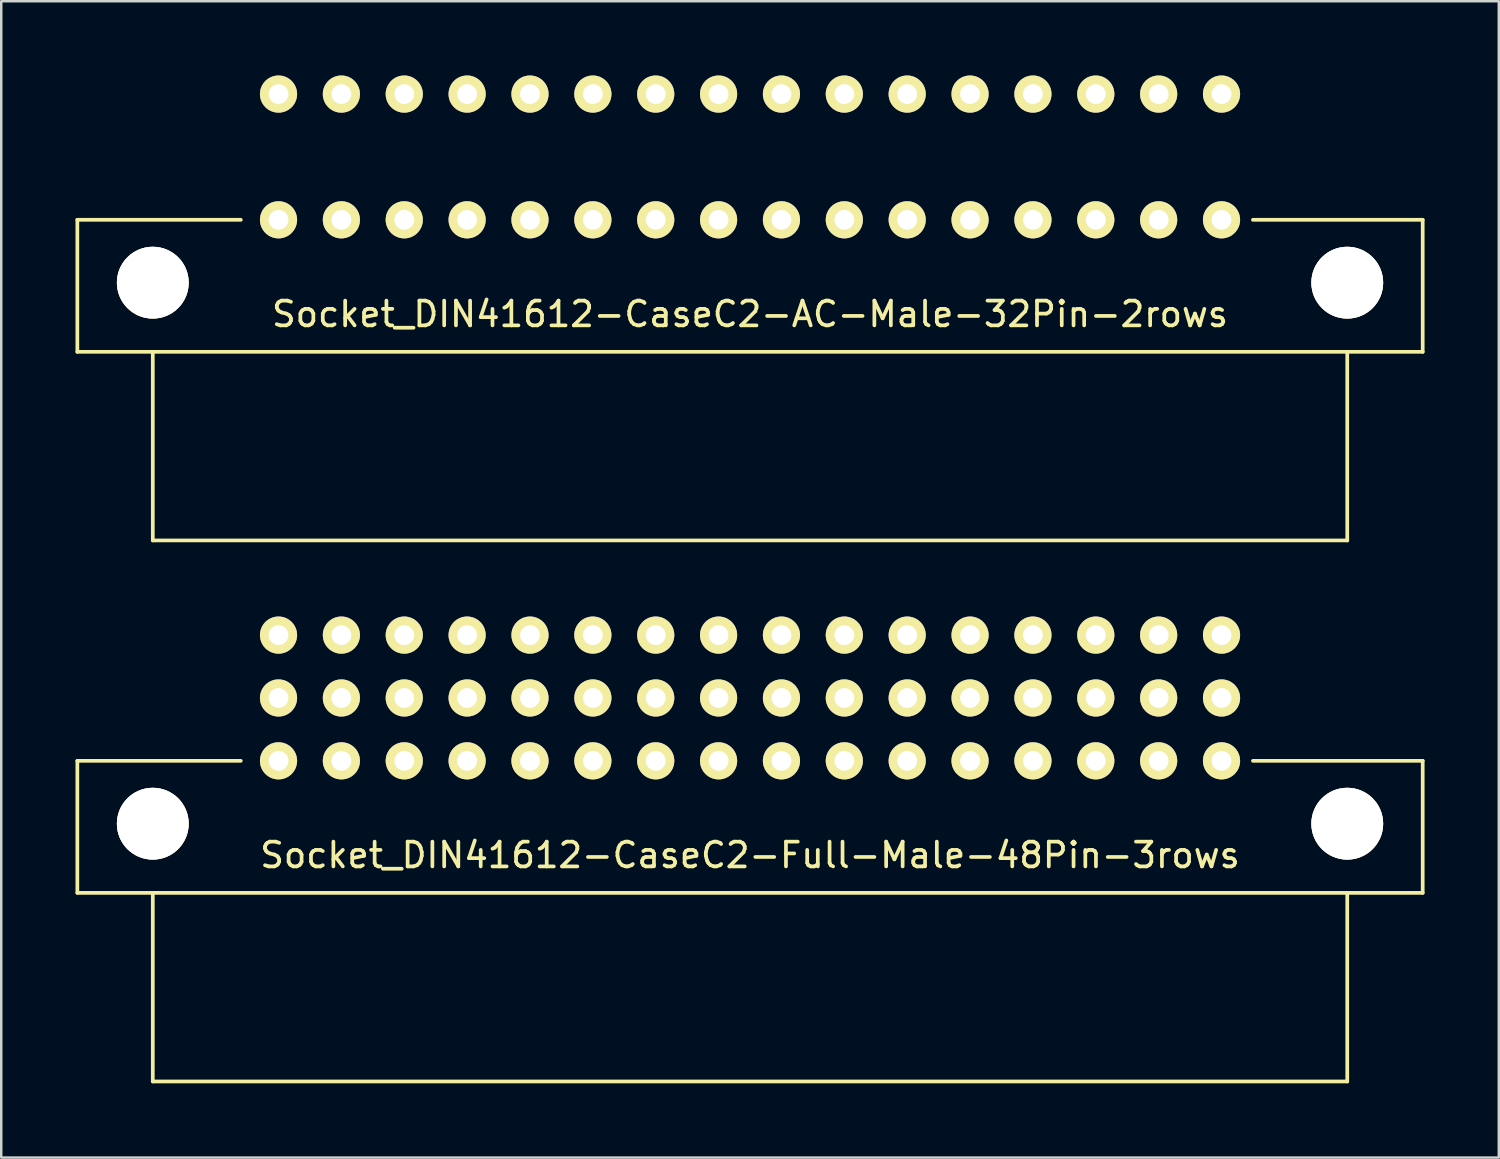
<source format=kicad_pcb>
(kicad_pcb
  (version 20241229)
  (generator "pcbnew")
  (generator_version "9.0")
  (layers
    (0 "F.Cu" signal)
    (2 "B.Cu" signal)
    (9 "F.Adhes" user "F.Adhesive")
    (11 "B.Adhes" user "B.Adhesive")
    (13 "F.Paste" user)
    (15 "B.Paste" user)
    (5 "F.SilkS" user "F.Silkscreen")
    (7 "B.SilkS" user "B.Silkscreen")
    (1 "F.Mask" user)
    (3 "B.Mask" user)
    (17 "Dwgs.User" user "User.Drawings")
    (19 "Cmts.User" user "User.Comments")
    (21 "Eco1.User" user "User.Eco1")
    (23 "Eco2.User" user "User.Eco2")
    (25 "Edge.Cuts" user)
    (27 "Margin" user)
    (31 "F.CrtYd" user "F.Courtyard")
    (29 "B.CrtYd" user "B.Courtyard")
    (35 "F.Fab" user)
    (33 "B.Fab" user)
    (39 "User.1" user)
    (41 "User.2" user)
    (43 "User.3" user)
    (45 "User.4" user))
  (footprint "Socket_DIN41612-CaseC2-Full-Male-48Pin-3rows"
    (layer "F.Cu")
    (at 27.253 25.15)
    (property "Reference" "Socket_DIN41612-CaseC2-Full-Male-48Pin-3rows" (at 0 6.35 0) (layer "F.SilkS") (effects (font (size 1 1) (thickness 0.15))))
    (attr through_hole)
    (fp_line (start -27.178 2.54) (end -20.574 2.54) (stroke (width 0.15) (type solid)) (layer "F.SilkS"))
    (fp_line (start -27.178 7.874) (end -27.178 2.54) (stroke (width 0.15) (type solid)) (layer "F.SilkS"))
    (fp_line (start -24.13 15.494) (end -24.13 7.874) (stroke (width 0.15) (type solid)) (layer "F.SilkS"))
    (fp_line (start 24.13 7.874) (end 24.13 15.494) (stroke (width 0.15) (type solid)) (layer "F.SilkS"))
    (fp_line (start 24.13 15.494) (end -24.13 15.494) (stroke (width 0.15) (type solid)) (layer "F.SilkS"))
    (fp_line (start 27.178 2.54) (end 20.32 2.54) (stroke (width 0.15) (type solid)) (layer "F.SilkS"))
    (fp_line (start 27.178 2.54) (end 27.178 7.874) (stroke (width 0.15) (type solid)) (layer "F.SilkS"))
    (fp_line (start 27.178 7.874) (end -27.178 7.874) (stroke (width 0.15) (type solid)) (layer "F.SilkS"))
    (pad "1" thru_hole circle (at -24.13 5.08) (size 2.901 2.901) (drill 2.901) (layers "*.Cu" "*.Mask" "F.SilkS"))
    (pad "1" thru_hole circle (at 24.13 5.08) (size 2.901 2.901) (drill 2.901) (layers "*.Cu" "*.Mask" "F.SilkS"))
    (pad "1a" thru_hole circle (at 19.05 -2.54 180) (size 1.501 1.501) (drill 0.8) (layers "*.Cu" "*.Mask" "F.SilkS"))
    (pad "1b" thru_hole circle (at 19.05 0 180) (size 1.501 1.501) (drill 0.8) (layers "*.Cu" "*.Mask" "F.SilkS"))
    (pad "1c" thru_hole circle (at 19.05 2.54 180) (size 1.501 1.501) (drill 0.8) (layers "*.Cu" "*.Mask" "F.SilkS"))
    (pad "2a" thru_hole circle (at 16.51 -2.54 180) (size 1.501 1.501) (drill 0.8) (layers "*.Cu" "*.Mask" "F.SilkS"))
    (pad "2b" thru_hole circle (at 16.51 0 180) (size 1.501 1.501) (drill 0.8) (layers "*.Cu" "*.Mask" "F.SilkS"))
    (pad "2c" thru_hole circle (at 16.51 2.54 180) (size 1.501 1.501) (drill 0.8) (layers "*.Cu" "*.Mask" "F.SilkS"))
    (pad "3a" thru_hole circle (at 13.97 -2.54 180) (size 1.501 1.501) (drill 0.8) (layers "*.Cu" "*.Mask" "F.SilkS"))
    (pad "3b" thru_hole circle (at 13.97 0 180) (size 1.501 1.501) (drill 0.8) (layers "*.Cu" "*.Mask" "F.SilkS"))
    (pad "3c" thru_hole circle (at 13.97 2.54 180) (size 1.501 1.501) (drill 0.8) (layers "*.Cu" "*.Mask" "F.SilkS"))
    (pad "4a" thru_hole circle (at 11.43 -2.54 180) (size 1.501 1.501) (drill 0.8) (layers "*.Cu" "*.Mask" "F.SilkS"))
    (pad "4b" thru_hole circle (at 11.43 0 180) (size 1.501 1.501) (drill 0.8) (layers "*.Cu" "*.Mask" "F.SilkS"))
    (pad "4c" thru_hole circle (at 11.43 2.54 180) (size 1.501 1.501) (drill 0.8) (layers "*.Cu" "*.Mask" "F.SilkS"))
    (pad "5a" thru_hole circle (at 8.89 -2.54 180) (size 1.501 1.501) (drill 0.8) (layers "*.Cu" "*.Mask" "F.SilkS"))
    (pad "5b" thru_hole circle (at 8.89 0 180) (size 1.501 1.501) (drill 0.8) (layers "*.Cu" "*.Mask" "F.SilkS"))
    (pad "5c" thru_hole circle (at 8.89 2.54 180) (size 1.501 1.501) (drill 0.8) (layers "*.Cu" "*.Mask" "F.SilkS"))
    (pad "6a" thru_hole circle (at 6.35 -2.54 180) (size 1.501 1.501) (drill 0.8) (layers "*.Cu" "*.Mask" "F.SilkS"))
    (pad "6b" thru_hole circle (at 6.35 0 180) (size 1.501 1.501) (drill 0.8) (layers "*.Cu" "*.Mask" "F.SilkS"))
    (pad "6c" thru_hole circle (at 6.35 2.54 180) (size 1.501 1.501) (drill 0.8) (layers "*.Cu" "*.Mask" "F.SilkS"))
    (pad "7a" thru_hole circle (at 3.81 -2.54 180) (size 1.501 1.501) (drill 0.8) (layers "*.Cu" "*.Mask" "F.SilkS"))
    (pad "7b" thru_hole circle (at 3.81 0 180) (size 1.501 1.501) (drill 0.8) (layers "*.Cu" "*.Mask" "F.SilkS"))
    (pad "7c" thru_hole circle (at 3.81 2.54 180) (size 1.501 1.501) (drill 0.8) (layers "*.Cu" "*.Mask" "F.SilkS"))
    (pad "8a" thru_hole circle (at 1.27 -2.54 180) (size 1.501 1.501) (drill 0.8) (layers "*.Cu" "*.Mask" "F.SilkS"))
    (pad "8b" thru_hole circle (at 1.27 0 180) (size 1.501 1.501) (drill 0.8) (layers "*.Cu" "*.Mask" "F.SilkS"))
    (pad "8c" thru_hole circle (at 1.27 2.54 180) (size 1.501 1.501) (drill 0.8) (layers "*.Cu" "*.Mask" "F.SilkS"))
    (pad "9a" thru_hole circle (at -1.27 -2.54 180) (size 1.501 1.501) (drill 0.8) (layers "*.Cu" "*.Mask" "F.SilkS"))
    (pad "9b" thru_hole circle (at -1.27 0 180) (size 1.501 1.501) (drill 0.8) (layers "*.Cu" "*.Mask" "F.SilkS"))
    (pad "9c" thru_hole circle (at -1.27 2.54 180) (size 1.501 1.501) (drill 0.8) (layers "*.Cu" "*.Mask" "F.SilkS"))
    (pad "10a" thru_hole circle (at -3.81 -2.54 180) (size 1.501 1.501) (drill 0.8) (layers "*.Cu" "*.Mask" "F.SilkS"))
    (pad "10b" thru_hole circle (at -3.81 0 180) (size 1.501 1.501) (drill 0.8) (layers "*.Cu" "*.Mask" "F.SilkS"))
    (pad "10c" thru_hole circle (at -3.81 2.54 180) (size 1.501 1.501) (drill 0.8) (layers "*.Cu" "*.Mask" "F.SilkS"))
    (pad "11a" thru_hole circle (at -6.35 -2.54 180) (size 1.501 1.501) (drill 0.8) (layers "*.Cu" "*.Mask" "F.SilkS"))
    (pad "11b" thru_hole circle (at -6.35 0 180) (size 1.501 1.501) (drill 0.8) (layers "*.Cu" "*.Mask" "F.SilkS"))
    (pad "11c" thru_hole circle (at -6.35 2.54 180) (size 1.501 1.501) (drill 0.8) (layers "*.Cu" "*.Mask" "F.SilkS"))
    (pad "12a" thru_hole circle (at -8.89 -2.54 180) (size 1.501 1.501) (drill 0.8) (layers "*.Cu" "*.Mask" "F.SilkS"))
    (pad "12b" thru_hole circle (at -8.89 0 180) (size 1.501 1.501) (drill 0.8) (layers "*.Cu" "*.Mask" "F.SilkS"))
    (pad "12c" thru_hole circle (at -8.89 2.54 180) (size 1.501 1.501) (drill 0.8) (layers "*.Cu" "*.Mask" "F.SilkS"))
    (pad "13a" thru_hole circle (at -11.43 -2.54 180) (size 1.501 1.501) (drill 0.8) (layers "*.Cu" "*.Mask" "F.SilkS"))
    (pad "13b" thru_hole circle (at -11.43 0 180) (size 1.501 1.501) (drill 0.8) (layers "*.Cu" "*.Mask" "F.SilkS"))
    (pad "13c" thru_hole circle (at -11.43 2.54 180) (size 1.501 1.501) (drill 0.8) (layers "*.Cu" "*.Mask" "F.SilkS"))
    (pad "14a" thru_hole circle (at -13.97 -2.54 180) (size 1.501 1.501) (drill 0.8) (layers "*.Cu" "*.Mask" "F.SilkS"))
    (pad "14b" thru_hole circle (at -13.97 0 180) (size 1.501 1.501) (drill 0.8) (layers "*.Cu" "*.Mask" "F.SilkS"))
    (pad "14c" thru_hole circle (at -13.97 2.54 180) (size 1.501 1.501) (drill 0.8) (layers "*.Cu" "*.Mask" "F.SilkS"))
    (pad "15a" thru_hole circle (at -16.51 -2.54 180) (size 1.501 1.501) (drill 0.8) (layers "*.Cu" "*.Mask" "F.SilkS"))
    (pad "15b" thru_hole circle (at -16.51 0 180) (size 1.501 1.501) (drill 0.8) (layers "*.Cu" "*.Mask" "F.SilkS"))
    (pad "15c" thru_hole circle (at -16.51 2.54 180) (size 1.501 1.501) (drill 0.8) (layers "*.Cu" "*.Mask" "F.SilkS"))
    (pad "16a" thru_hole circle (at -19.05 -2.54 180) (size 1.501 1.501) (drill 0.8) (layers "*.Cu" "*.Mask" "F.SilkS"))
    (pad "16b" thru_hole circle (at -19.05 0 180) (size 1.501 1.501) (drill 0.8) (layers "*.Cu" "*.Mask" "F.SilkS"))
    (pad "16c" thru_hole circle (at -19.05 2.54 180) (size 1.501 1.501) (drill 0.8) (layers "*.Cu" "*.Mask" "F.SilkS")))
  (footprint "Socket_DIN41612-CaseC2-AC-Male-32Pin-2rows"
    (layer "F.Cu")
    (at 27.253 3.291)
    (property "Reference" "Socket_DIN41612-CaseC2-AC-Male-32Pin-2rows" (at 0 6.35 0) (layer "F.SilkS") (effects (font (size 1 1) (thickness 0.15))))
    (attr through_hole)
    (fp_line (start -27.178 2.54) (end -20.574 2.54) (stroke (width 0.15) (type solid)) (layer "F.SilkS"))
    (fp_line (start -27.178 7.874) (end -27.178 2.54) (stroke (width 0.15) (type solid)) (layer "F.SilkS"))
    (fp_line (start -24.13 15.494) (end -24.13 7.874) (stroke (width 0.15) (type solid)) (layer "F.SilkS"))
    (fp_line (start 24.13 7.874) (end 24.13 15.494) (stroke (width 0.15) (type solid)) (layer "F.SilkS"))
    (fp_line (start 24.13 15.494) (end -24.13 15.494) (stroke (width 0.15) (type solid)) (layer "F.SilkS"))
    (fp_line (start 27.178 2.54) (end 20.32 2.54) (stroke (width 0.15) (type solid)) (layer "F.SilkS"))
    (fp_line (start 27.178 2.54) (end 27.178 7.874) (stroke (width 0.15) (type solid)) (layer "F.SilkS"))
    (fp_line (start 27.178 7.874) (end -27.178 7.874) (stroke (width 0.15) (type solid)) (layer "F.SilkS"))
    (pad "1" thru_hole circle (at -24.13 5.08) (size 2.901 2.901) (drill 2.901) (layers "*.Cu" "*.Mask" "F.SilkS"))
    (pad "1" thru_hole circle (at 24.13 5.08) (size 2.901 2.901) (drill 2.901) (layers "*.Cu" "*.Mask" "F.SilkS"))
    (pad "1a" thru_hole circle (at 19.05 -2.54 180) (size 1.501 1.501) (drill 0.8) (layers "*.Cu" "*.Mask" "F.SilkS"))
    (pad "1c" thru_hole circle (at 19.05 2.54 180) (size 1.501 1.501) (drill 0.8) (layers "*.Cu" "*.Mask" "F.SilkS"))
    (pad "2a" thru_hole circle (at 16.51 -2.54 180) (size 1.501 1.501) (drill 0.8) (layers "*.Cu" "*.Mask" "F.SilkS"))
    (pad "2c" thru_hole circle (at 16.51 2.54 180) (size 1.501 1.501) (drill 0.8) (layers "*.Cu" "*.Mask" "F.SilkS"))
    (pad "3a" thru_hole circle (at 13.97 -2.54 180) (size 1.501 1.501) (drill 0.8) (layers "*.Cu" "*.Mask" "F.SilkS"))
    (pad "3c" thru_hole circle (at 13.97 2.54 180) (size 1.501 1.501) (drill 0.8) (layers "*.Cu" "*.Mask" "F.SilkS"))
    (pad "4a" thru_hole circle (at 11.43 -2.54 180) (size 1.501 1.501) (drill 0.8) (layers "*.Cu" "*.Mask" "F.SilkS"))
    (pad "4c" thru_hole circle (at 11.43 2.54 180) (size 1.501 1.501) (drill 0.8) (layers "*.Cu" "*.Mask" "F.SilkS"))
    (pad "5a" thru_hole circle (at 8.89 -2.54 180) (size 1.501 1.501) (drill 0.8) (layers "*.Cu" "*.Mask" "F.SilkS"))
    (pad "5c" thru_hole circle (at 8.89 2.54 180) (size 1.501 1.501) (drill 0.8) (layers "*.Cu" "*.Mask" "F.SilkS"))
    (pad "6a" thru_hole circle (at 6.35 -2.54 180) (size 1.501 1.501) (drill 0.8) (layers "*.Cu" "*.Mask" "F.SilkS"))
    (pad "6c" thru_hole circle (at 6.35 2.54 180) (size 1.501 1.501) (drill 0.8) (layers "*.Cu" "*.Mask" "F.SilkS"))
    (pad "7a" thru_hole circle (at 3.81 -2.54 180) (size 1.501 1.501) (drill 0.8) (layers "*.Cu" "*.Mask" "F.SilkS"))
    (pad "7c" thru_hole circle (at 3.81 2.54 180) (size 1.501 1.501) (drill 0.8) (layers "*.Cu" "*.Mask" "F.SilkS"))
    (pad "8a" thru_hole circle (at 1.27 -2.54 180) (size 1.501 1.501) (drill 0.8) (layers "*.Cu" "*.Mask" "F.SilkS"))
    (pad "8c" thru_hole circle (at 1.27 2.54 180) (size 1.501 1.501) (drill 0.8) (layers "*.Cu" "*.Mask" "F.SilkS"))
    (pad "9a" thru_hole circle (at -1.27 -2.54 180) (size 1.501 1.501) (drill 0.8) (layers "*.Cu" "*.Mask" "F.SilkS"))
    (pad "9c" thru_hole circle (at -1.27 2.54 180) (size 1.501 1.501) (drill 0.8) (layers "*.Cu" "*.Mask" "F.SilkS"))
    (pad "10a" thru_hole circle (at -3.81 -2.54 180) (size 1.501 1.501) (drill 0.8) (layers "*.Cu" "*.Mask" "F.SilkS"))
    (pad "10c" thru_hole circle (at -3.81 2.54 180) (size 1.501 1.501) (drill 0.8) (layers "*.Cu" "*.Mask" "F.SilkS"))
    (pad "11a" thru_hole circle (at -6.35 -2.54 180) (size 1.501 1.501) (drill 0.8) (layers "*.Cu" "*.Mask" "F.SilkS"))
    (pad "11c" thru_hole circle (at -6.35 2.54 180) (size 1.501 1.501) (drill 0.8) (layers "*.Cu" "*.Mask" "F.SilkS"))
    (pad "12a" thru_hole circle (at -8.89 -2.54 180) (size 1.501 1.501) (drill 0.8) (layers "*.Cu" "*.Mask" "F.SilkS"))
    (pad "12c" thru_hole circle (at -8.89 2.54 180) (size 1.501 1.501) (drill 0.8) (layers "*.Cu" "*.Mask" "F.SilkS"))
    (pad "13a" thru_hole circle (at -11.43 -2.54 180) (size 1.501 1.501) (drill 0.8) (layers "*.Cu" "*.Mask" "F.SilkS"))
    (pad "13c" thru_hole circle (at -11.43 2.54 180) (size 1.501 1.501) (drill 0.8) (layers "*.Cu" "*.Mask" "F.SilkS"))
    (pad "14a" thru_hole circle (at -13.97 -2.54 180) (size 1.501 1.501) (drill 0.8) (layers "*.Cu" "*.Mask" "F.SilkS"))
    (pad "14c" thru_hole circle (at -13.97 2.54 180) (size 1.501 1.501) (drill 0.8) (layers "*.Cu" "*.Mask" "F.SilkS"))
    (pad "15a" thru_hole circle (at -16.51 -2.54 180) (size 1.501 1.501) (drill 0.8) (layers "*.Cu" "*.Mask" "F.SilkS"))
    (pad "15c" thru_hole circle (at -16.51 2.54 180) (size 1.501 1.501) (drill 0.8) (layers "*.Cu" "*.Mask" "F.SilkS"))
    (pad "16a" thru_hole circle (at -19.05 -2.54 180) (size 1.501 1.501) (drill 0.8) (layers "*.Cu" "*.Mask" "F.SilkS"))
    (pad "16c" thru_hole circle (at -19.05 2.54 180) (size 1.501 1.501) (drill 0.8) (layers "*.Cu" "*.Mask" "F.SilkS")))
  (gr_rect
    (start -3 -3)
    (end 57.506 43.719)
    (stroke (width 0.1) (type default))
    (fill no)
    (layer "Edge.Cuts")))
</source>
